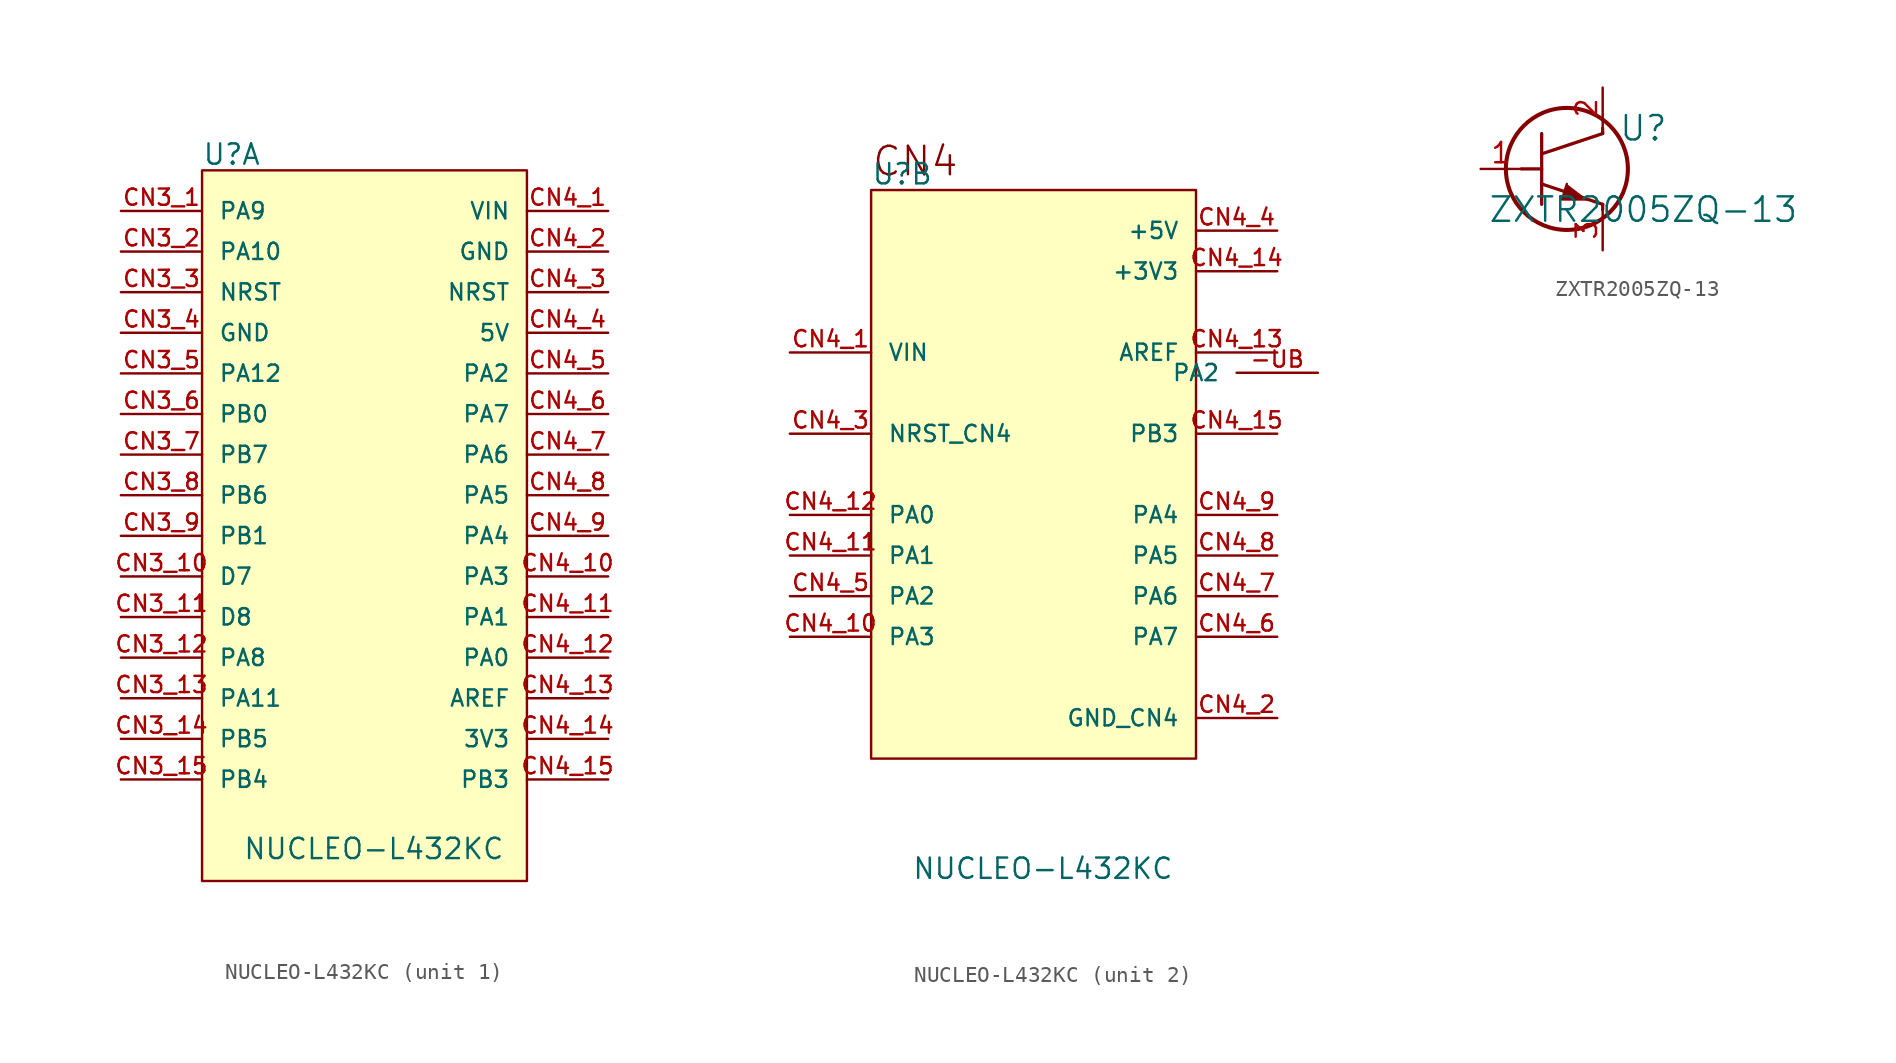
<source format=kicad_sym>
(kicad_symbol_lib
  (version 20241209)
  (generator "kicad_symbol_editor")
  (generator_version "9.0")
  (symbol "NUCLEO-L432KC"
    (pin_names
      (offset 1.016))
    (property "Reference" "U"
      (at -10.16 18.034 0)
      (effects (font (size 1.27 1.27)) (justify left bottom)))
    (property "Value" "NUCLEO-L432KC"
      (at -7.62 -25.4 0)
      (effects (font (size 1.27 1.27)) (justify left bottom)))
    (symbol "NUCLEO-L432KC_1_0"
      (rectangle (start -10.16 17.78) (end 10.16 -26.67) (stroke (width 0.152) (type default)) (fill (type background)))
      (pin bidirectional line (at -15.24 15.24 0) (length 5.08) (name "PA9" (effects (font (size 1.016 1.016)))) (number "CN3_1" (effects (font (size 1.016 1.016)))))
      (pin bidirectional line (at -15.24 12.7 0) (length 5.08) (name "PA10" (effects (font (size 1.016 1.016)))) (number "CN3_2" (effects (font (size 1.016 1.016)))))
      (pin bidirectional line (at -15.24 5.08 0) (length 5.08) (name "PA12" (effects (font (size 1.016 1.016)))) (number "CN3_5" (effects (font (size 1.016 1.016)))))
      (pin bidirectional line (at -15.24 2.54 0) (length 5.08) (name "PB0" (effects (font (size 1.016 1.016)))) (number "CN3_6" (effects (font (size 1.016 1.016)))))
      (pin bidirectional line (at -15.24 0 0) (length 5.08) (name "PB7" (effects (font (size 1.016 1.016)))) (number "CN3_7" (effects (font (size 1.016 1.016)))))
      (pin bidirectional line (at -15.24 -2.54 0) (length 5.08) (name "PB6" (effects (font (size 1.016 1.016)))) (number "CN3_8" (effects (font (size 1.016 1.016)))))
      (pin bidirectional line (at -15.24 -5.08 0) (length 5.08) (name "PB1" (effects (font (size 1.016 1.016)))) (number "CN3_9" (effects (font (size 1.016 1.016)))))
      (pin bidirectional line (at -15.24 -12.7 0) (length 5.08) (name "PA8" (effects (font (size 1.016 1.016)))) (number "CN3_12" (effects (font (size 1.016 1.016)))))
      (pin bidirectional line (at -15.24 -15.24 0) (length 5.08) (name "PA11" (effects (font (size 1.016 1.016)))) (number "CN3_13" (effects (font (size 1.016 1.016)))))
      (pin bidirectional line (at -15.24 -17.78 0) (length 5.08) (name "PB5" (effects (font (size 1.016 1.016)))) (number "CN3_14" (effects (font (size 1.016 1.016)))))
      (pin bidirectional line (at -15.24 -20.32 0) (length 5.08) (name "PB4" (effects (font (size 1.016 1.016)))) (number "CN3_15" (effects (font (size 1.016 1.016))))))
    (symbol "NUCLEO-L432KC_1_1"
      (pin bidirectional line (at -15.24 10.16 0) (length 5.08) (name "NRST" (effects (font (size 1.016 1.016)))) (number "CN3_3" (effects (font (size 1.016 1.016)))))
      (pin power_in line (at -15.24 7.62 0) (length 5.08) (name "GND" (effects (font (size 1.016 1.016)))) (number "CN3_4" (effects (font (size 1.016 1.016)))))
      (pin bidirectional line (at -15.24 -7.62 0) (length 5.08) (name "D7" (effects (font (size 1.016 1.016)))) (number "CN3_10" (effects (font (size 1.016 1.016)))))
      (pin bidirectional line (at -15.24 -10.16 0) (length 5.08) (name "D8" (effects (font (size 1.016 1.016)))) (number "CN3_11" (effects (font (size 1.016 1.016)))))
      (pin power_in line (at 15.24 15.24 180) (length 5.08) (name "VIN" (effects (font (size 1.016 1.016)))) (number "CN4_1" (effects (font (size 1.016 1.016)))))
      (pin power_in line (at 15.24 12.7 180) (length 5.08) (name "GND" (effects (font (size 1.016 1.016)))) (number "CN4_2" (effects (font (size 1.016 1.016)))))
      (pin bidirectional line (at 15.24 10.16 180) (length 5.08) (name "NRST" (effects (font (size 1.016 1.016)))) (number "CN4_3" (effects (font (size 1.016 1.016)))))
      (pin power_out line (at 15.24 7.62 180) (length 5.08) (name "5V" (effects (font (size 1.016 1.016)))) (number "CN4_4" (effects (font (size 1.016 1.016)))))
      (pin bidirectional line (at 15.24 5.08 180) (length 5.08) (name "PA2" (effects (font (size 1.016 1.016)))) (number "CN4_5" (effects (font (size 1.016 1.016)))))
      (pin bidirectional line (at 15.24 2.54 180) (length 5.08) (name "PA7" (effects (font (size 1.016 1.016)))) (number "CN4_6" (effects (font (size 1.016 1.016)))))
      (pin bidirectional line (at 15.24 0 180) (length 5.08) (name "PA6" (effects (font (size 1.016 1.016)))) (number "CN4_7" (effects (font (size 1.016 1.016)))))
      (pin bidirectional line (at 15.24 -2.54 180) (length 5.08) (name "PA5" (effects (font (size 1.016 1.016)))) (number "CN4_8" (effects (font (size 1.016 1.016)))))
      (pin bidirectional line (at 15.24 -5.08 180) (length 5.08) (name "PA4" (effects (font (size 1.016 1.016)))) (number "CN4_9" (effects (font (size 1.016 1.016)))))
      (pin bidirectional line (at 15.24 -7.62 180) (length 5.08) (name "PA3" (effects (font (size 1.016 1.016)))) (number "CN4_10" (effects (font (size 1.016 1.016)))))
      (pin bidirectional line (at 15.24 -10.16 180) (length 5.08) (name "PA1" (effects (font (size 1.016 1.016)))) (number "CN4_11" (effects (font (size 1.016 1.016)))))
      (pin bidirectional line (at 15.24 -12.7 180) (length 5.08) (name "PA0" (effects (font (size 1.016 1.016)))) (number "CN4_12" (effects (font (size 1.016 1.016)))))
      (pin bidirectional line (at 15.24 -15.24 180) (length 5.08) (name "AREF" (effects (font (size 1.016 1.016)))) (number "CN4_13" (effects (font (size 1.016 1.016)))))
      (pin power_out line (at 15.24 -17.78 180) (length 5.08) (name "3V3" (effects (font (size 1.016 1.016)))) (number "CN4_14" (effects (font (size 1.016 1.016)))))
      (pin bidirectional line (at 15.24 -20.32 180) (length 5.08) (name "PB3" (effects (font (size 1.016 1.016)))) (number "CN4_15" (effects (font (size 1.016 1.016))))))
    (symbol "NUCLEO-L432KC_2_0"
      (rectangle (start -10.16 -17.78) (end 10.16 17.78) (stroke (width 0.152) (type default)) (fill (type background)))
      (text "CN4" (at -10.16 18.542 0) (effects (font (size 1.778 1.778)) (justify left bottom)))
      (pin input line (at -15.24 7.62 0) (length 5.08) (name "VIN" (effects (font (size 1.016 1.016)))) (number "CN4_1" (effects (font (size 1.016 1.016)))))
      (pin bidirectional line (at -15.24 2.54 0) (length 5.08) (name "NRST_CN4" (effects (font (size 1.016 1.016)))) (number "CN4_3" (effects (font (size 1.016 1.016)))))
      (pin bidirectional line (at -15.24 -2.54 0) (length 5.08) (name "PA0" (effects (font (size 1.016 1.016)))) (number "CN4_12" (effects (font (size 1.016 1.016)))))
      (pin bidirectional line (at -15.24 -5.08 0) (length 5.08) (name "PA1" (effects (font (size 1.016 1.016)))) (number "CN4_11" (effects (font (size 1.016 1.016)))))
      (pin bidirectional line (at -15.24 -7.62 0) (length 5.08) (name "PA2" (effects (font (size 1.016 1.016)))) (number "CN4_5" (effects (font (size 1.016 1.016)))))
      (pin bidirectional line (at -15.24 -10.16 0) (length 5.08) (name "PA3" (effects (font (size 1.016 1.016)))) (number "CN4_10" (effects (font (size 1.016 1.016)))))
      (pin power_in line (at 15.24 15.24 180) (length 5.08) (name "+5V" (effects (font (size 1.016 1.016)))) (number "CN4_4" (effects (font (size 1.016 1.016)))))
      (pin power_in line (at 15.24 12.7 180) (length 5.08) (name "+3V3" (effects (font (size 1.016 1.016)))) (number "CN4_14" (effects (font (size 1.016 1.016)))))
      (pin bidirectional line (at 15.24 7.62 180) (length 5.08) (name "AREF" (effects (font (size 1.016 1.016)))) (number "CN4_13" (effects (font (size 1.016 1.016)))))
      (pin bidirectional line (at 15.24 2.54 180) (length 5.08) (name "PB3" (effects (font (size 1.016 1.016)))) (number "CN4_15" (effects (font (size 1.016 1.016)))))
      (pin bidirectional line (at 15.24 -2.54 180) (length 5.08) (name "PA4" (effects (font (size 1.016 1.016)))) (number "CN4_9" (effects (font (size 1.016 1.016)))))
      (pin bidirectional line (at 15.24 -5.08 180) (length 5.08) (name "PA5" (effects (font (size 1.016 1.016)))) (number "CN4_8" (effects (font (size 1.016 1.016)))))
      (pin bidirectional line (at 15.24 -7.62 180) (length 5.08) (name "PA6" (effects (font (size 1.016 1.016)))) (number "CN4_7" (effects (font (size 1.016 1.016)))))
      (pin bidirectional line (at 15.24 -10.16 180) (length 5.08) (name "PA7" (effects (font (size 1.016 1.016)))) (number "CN4_6" (effects (font (size 1.016 1.016)))))
      (pin power_in line (at 15.24 -15.24 180) (length 5.08) (name "GND_CN4" (effects (font (size 1.016 1.016)))) (number "CN4_2" (effects (font (size 1.016 1.016))))))
    (symbol "NUCLEO-L432KC_2_1"
      (pin bidirectional line (at 17.78 6.35 180) (length 5.08) (name "PA2" (effects (font (size 1.016 1.016)))) (number "-UB" (effects (font (size 1.016 1.016)))))))
  (symbol "ZXTR2005ZQ-13"
    (pin_names
      (offset 0.254))
    (property "Reference" "U"
      (at 10.16 2.54 0)
      (effects (font (size 1.524 1.524))))
    (property "Value" "ZXTR2005ZQ-13"
      (at 10.16 -2.54 0)
      (effects (font (size 1.524 1.524))))
    (symbol "ZXTR2005ZQ-13_1_1"
      (polyline (pts (xy 2.54 0) (xy 3.81 0)) (stroke (width 0.203) (type default)) (fill (type none)))
      (polyline (pts (xy 3.81 0.94) (xy 7.62 2.21)) (stroke (width 0.203) (type default)) (fill (type none)))
      (polyline (pts (xy 3.81 -0.94) (xy 7.62 -2.21)) (stroke (width 0.203) (type default)) (fill (type none)))
      (polyline (pts (xy 3.81 -2.21) (xy 3.81 2.21)) (stroke (width 0.203) (type default)) (fill (type none)))
      (circle (center 5.385 0) (radius 3.81) (stroke (width 0.254) (type default)) (fill (type none)))
      (polyline (pts (xy 5.385 -0.94) (xy 5.08 -1.905) (xy 6.655 -1.905)) (stroke (width 0) (type default)) (fill (type outline)))
      (polyline (pts (xy 7.62 2.21) (xy 7.62 2.54)) (stroke (width 0.203) (type default)) (fill (type none)))
      (polyline (pts (xy 7.62 -2.54) (xy 7.62 -2.21)) (stroke (width 0.203) (type default)) (fill (type none)))
      (pin unspecified line (at 0 0 0) (length 2.54) (name "" (effects (font (size 1.27 1.27)))) (number "1" (effects (font (size 1.27 1.27)))))
      (pin unspecified line (at 7.62 5.08 270) (length 2.54) (name "" (effects (font (size 1.27 1.27)))) (number "2" (effects (font (size 1.27 1.27)))))
      (pin unspecified line (at 7.62 -5.08 90) (length 2.54) (name "" (effects (font (size 1.27 1.27)))) (number "3" (effects (font (size 1.27 1.27))))))))
</source>
